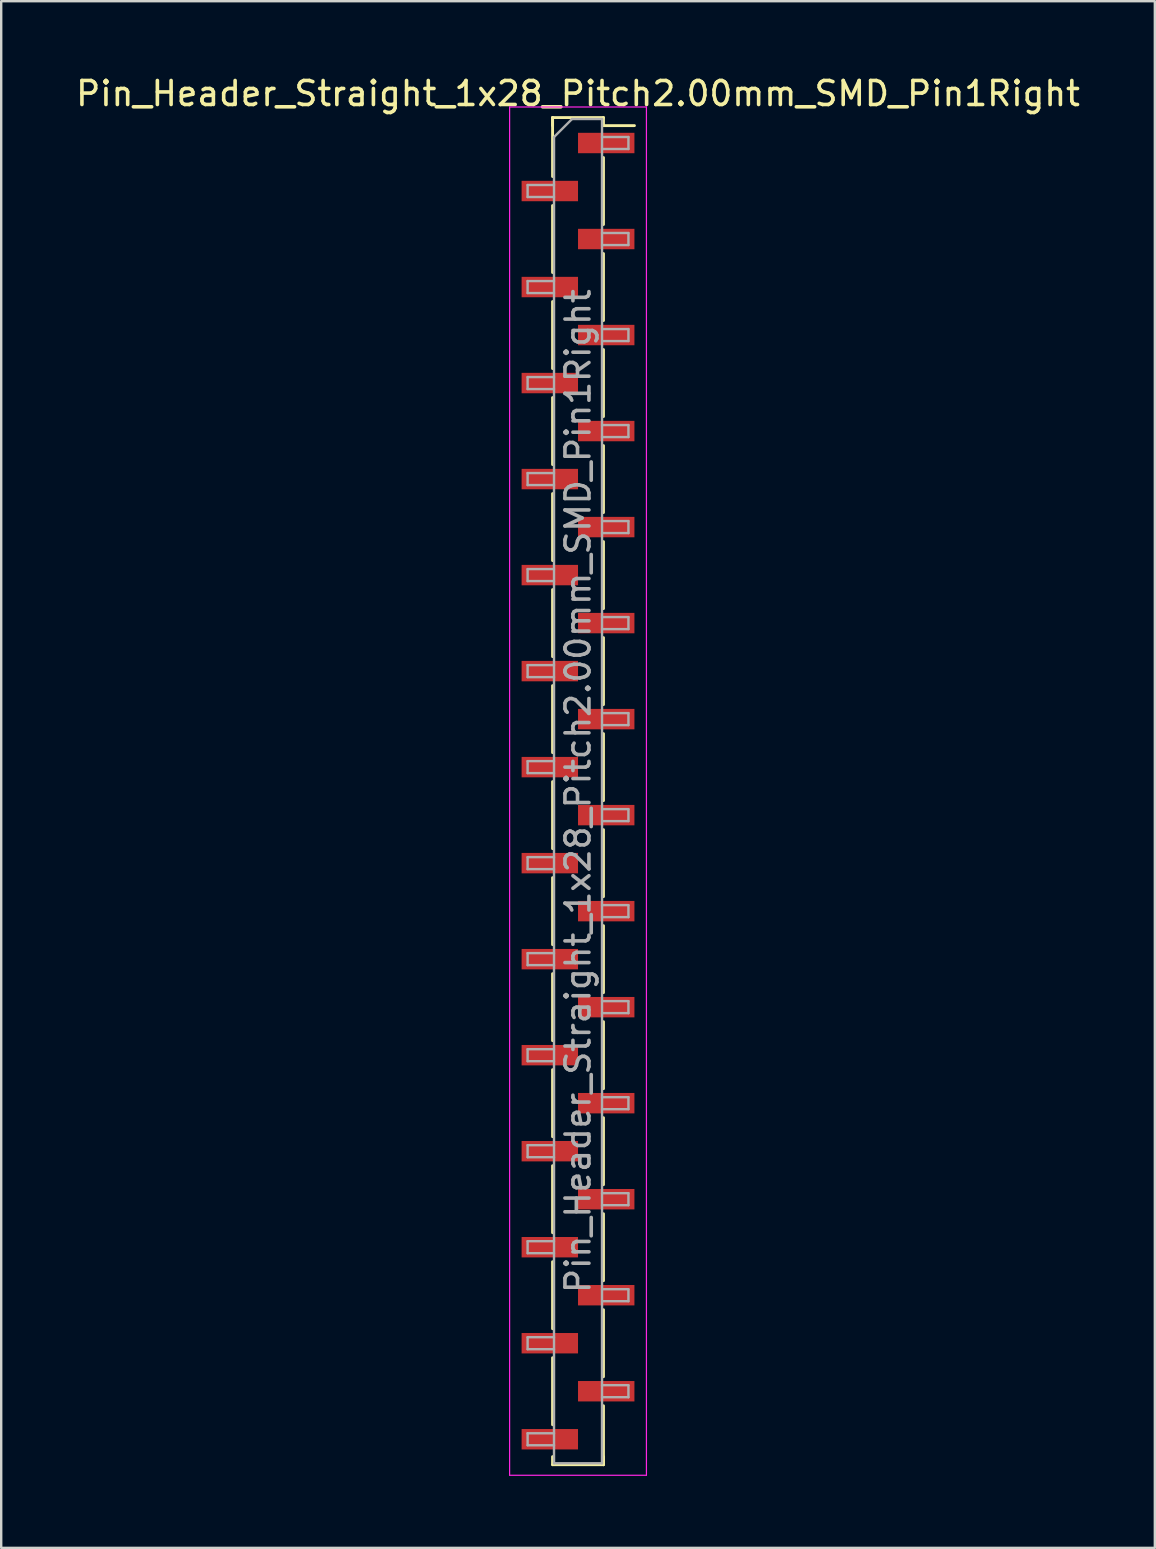
<source format=kicad_pcb>
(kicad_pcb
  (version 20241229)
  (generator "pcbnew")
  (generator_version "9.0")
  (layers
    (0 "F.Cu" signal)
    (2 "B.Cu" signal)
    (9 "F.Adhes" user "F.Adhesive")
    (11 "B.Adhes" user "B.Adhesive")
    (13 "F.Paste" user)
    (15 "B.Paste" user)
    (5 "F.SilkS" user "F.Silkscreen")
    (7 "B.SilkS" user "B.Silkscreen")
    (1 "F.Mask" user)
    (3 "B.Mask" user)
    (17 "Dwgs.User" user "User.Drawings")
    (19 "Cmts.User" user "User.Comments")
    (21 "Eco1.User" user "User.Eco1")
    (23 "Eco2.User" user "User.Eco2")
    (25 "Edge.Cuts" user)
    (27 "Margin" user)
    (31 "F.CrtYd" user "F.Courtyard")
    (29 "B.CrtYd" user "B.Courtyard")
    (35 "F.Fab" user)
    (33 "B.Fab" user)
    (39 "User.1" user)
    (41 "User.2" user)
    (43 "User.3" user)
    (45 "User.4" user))
  (footprint "Pin_Header_Straight_1x28_Pitch2.00mm_SMD_Pin1Right"
    (layer "F.Cu")
    (at 21.03 29.908)
    (property "Reference" "Pin_Header_Straight_1x28_Pitch2.00mm_SMD_Pin1Right" (at 0 -29.06 0) (layer "F.SilkS") (effects (font (size 1 1) (thickness 0.15))))
    (attr smd)
    (fp_line (start -1.06 -28.06) (end -1.06 -25.605) (stroke (width 0.12) (type solid)) (layer "F.SilkS"))
    (fp_line (start -1.06 -28.06) (end 1.06 -28.06) (stroke (width 0.12) (type solid)) (layer "F.SilkS"))
    (fp_line (start -1.06 -27.725) (end -1.06 -28.06) (stroke (width 0.12) (type solid)) (layer "F.SilkS"))
    (fp_line (start -1.06 -24.395) (end -1.06 -21.605) (stroke (width 0.12) (type solid)) (layer "F.SilkS"))
    (fp_line (start -1.06 -20.395) (end -1.06 -17.605) (stroke (width 0.12) (type solid)) (layer "F.SilkS"))
    (fp_line (start -1.06 -16.395) (end -1.06 -13.605) (stroke (width 0.12) (type solid)) (layer "F.SilkS"))
    (fp_line (start -1.06 -12.395) (end -1.06 -9.605) (stroke (width 0.12) (type solid)) (layer "F.SilkS"))
    (fp_line (start -1.06 -8.395) (end -1.06 -5.605) (stroke (width 0.12) (type solid)) (layer "F.SilkS"))
    (fp_line (start -1.06 -4.395) (end -1.06 -1.605) (stroke (width 0.12) (type solid)) (layer "F.SilkS"))
    (fp_line (start -1.06 -0.395) (end -1.06 2.395) (stroke (width 0.12) (type solid)) (layer "F.SilkS"))
    (fp_line (start -1.06 3.605) (end -1.06 6.395) (stroke (width 0.12) (type solid)) (layer "F.SilkS"))
    (fp_line (start -1.06 7.605) (end -1.06 10.395) (stroke (width 0.12) (type solid)) (layer "F.SilkS"))
    (fp_line (start -1.06 11.605) (end -1.06 14.395) (stroke (width 0.12) (type solid)) (layer "F.SilkS"))
    (fp_line (start -1.06 15.605) (end -1.06 18.395) (stroke (width 0.12) (type solid)) (layer "F.SilkS"))
    (fp_line (start -1.06 19.605) (end -1.06 22.395) (stroke (width 0.12) (type solid)) (layer "F.SilkS"))
    (fp_line (start -1.06 23.605) (end -1.06 26.395) (stroke (width 0.12) (type solid)) (layer "F.SilkS"))
    (fp_line (start -1.06 27.725) (end -1.06 28.06) (stroke (width 0.12) (type solid)) (layer "F.SilkS"))
    (fp_line (start -1.06 28.06) (end 1.06 28.06) (stroke (width 0.12) (type solid)) (layer "F.SilkS"))
    (fp_line (start 1.06 -28.06) (end 1.06 -27.725) (stroke (width 0.12) (type solid)) (layer "F.SilkS"))
    (fp_line (start 1.06 -27.725) (end 2.35 -27.725) (stroke (width 0.12) (type solid)) (layer "F.SilkS"))
    (fp_line (start 1.06 -26.395) (end 1.06 -23.605) (stroke (width 0.12) (type solid)) (layer "F.SilkS"))
    (fp_line (start 1.06 -22.395) (end 1.06 -19.605) (stroke (width 0.12) (type solid)) (layer "F.SilkS"))
    (fp_line (start 1.06 -18.395) (end 1.06 -15.605) (stroke (width 0.12) (type solid)) (layer "F.SilkS"))
    (fp_line (start 1.06 -14.395) (end 1.06 -11.605) (stroke (width 0.12) (type solid)) (layer "F.SilkS"))
    (fp_line (start 1.06 -10.395) (end 1.06 -7.605) (stroke (width 0.12) (type solid)) (layer "F.SilkS"))
    (fp_line (start 1.06 -6.395) (end 1.06 -3.605) (stroke (width 0.12) (type solid)) (layer "F.SilkS"))
    (fp_line (start 1.06 -2.395) (end 1.06 0.395) (stroke (width 0.12) (type solid)) (layer "F.SilkS"))
    (fp_line (start 1.06 1.605) (end 1.06 4.395) (stroke (width 0.12) (type solid)) (layer "F.SilkS"))
    (fp_line (start 1.06 5.605) (end 1.06 8.395) (stroke (width 0.12) (type solid)) (layer "F.SilkS"))
    (fp_line (start 1.06 9.605) (end 1.06 12.395) (stroke (width 0.12) (type solid)) (layer "F.SilkS"))
    (fp_line (start 1.06 13.605) (end 1.06 16.395) (stroke (width 0.12) (type solid)) (layer "F.SilkS"))
    (fp_line (start 1.06 17.605) (end 1.06 20.395) (stroke (width 0.12) (type solid)) (layer "F.SilkS"))
    (fp_line (start 1.06 21.605) (end 1.06 24.395) (stroke (width 0.12) (type solid)) (layer "F.SilkS"))
    (fp_line (start 1.06 25.605) (end 1.06 28.06) (stroke (width 0.12) (type solid)) (layer "F.SilkS"))
    (fp_line (start 1.06 28.06) (end 1.06 27.725) (stroke (width 0.12) (type solid)) (layer "F.SilkS"))
    (fp_line (start -2.85 -28.5) (end -2.85 28.5) (stroke (width 0.05) (type solid)) (layer "F.CrtYd"))
    (fp_line (start -2.85 28.5) (end 2.85 28.5) (stroke (width 0.05) (type solid)) (layer "F.CrtYd"))
    (fp_line (start 2.85 -28.5) (end -2.85 -28.5) (stroke (width 0.05) (type solid)) (layer "F.CrtYd"))
    (fp_line (start 2.85 28.5) (end 2.85 -28.5) (stroke (width 0.05) (type solid)) (layer "F.CrtYd"))
    (fp_line (start -2.1 -25.25) (end -2.1 -24.75) (stroke (width 0.1) (type solid)) (layer "F.Fab"))
    (fp_line (start -2.1 -24.75) (end -1 -24.75) (stroke (width 0.1) (type solid)) (layer "F.Fab"))
    (fp_line (start -2.1 -21.25) (end -2.1 -20.75) (stroke (width 0.1) (type solid)) (layer "F.Fab"))
    (fp_line (start -2.1 -20.75) (end -1 -20.75) (stroke (width 0.1) (type solid)) (layer "F.Fab"))
    (fp_line (start -2.1 -17.25) (end -2.1 -16.75) (stroke (width 0.1) (type solid)) (layer "F.Fab"))
    (fp_line (start -2.1 -16.75) (end -1 -16.75) (stroke (width 0.1) (type solid)) (layer "F.Fab"))
    (fp_line (start -2.1 -13.25) (end -2.1 -12.75) (stroke (width 0.1) (type solid)) (layer "F.Fab"))
    (fp_line (start -2.1 -12.75) (end -1 -12.75) (stroke (width 0.1) (type solid)) (layer "F.Fab"))
    (fp_line (start -2.1 -9.25) (end -2.1 -8.75) (stroke (width 0.1) (type solid)) (layer "F.Fab"))
    (fp_line (start -2.1 -8.75) (end -1 -8.75) (stroke (width 0.1) (type solid)) (layer "F.Fab"))
    (fp_line (start -2.1 -5.25) (end -2.1 -4.75) (stroke (width 0.1) (type solid)) (layer "F.Fab"))
    (fp_line (start -2.1 -4.75) (end -1 -4.75) (stroke (width 0.1) (type solid)) (layer "F.Fab"))
    (fp_line (start -2.1 -1.25) (end -2.1 -0.75) (stroke (width 0.1) (type solid)) (layer "F.Fab"))
    (fp_line (start -2.1 -0.75) (end -1 -0.75) (stroke (width 0.1) (type solid)) (layer "F.Fab"))
    (fp_line (start -2.1 2.75) (end -2.1 3.25) (stroke (width 0.1) (type solid)) (layer "F.Fab"))
    (fp_line (start -2.1 3.25) (end -1 3.25) (stroke (width 0.1) (type solid)) (layer "F.Fab"))
    (fp_line (start -2.1 6.75) (end -2.1 7.25) (stroke (width 0.1) (type solid)) (layer "F.Fab"))
    (fp_line (start -2.1 7.25) (end -1 7.25) (stroke (width 0.1) (type solid)) (layer "F.Fab"))
    (fp_line (start -2.1 10.75) (end -2.1 11.25) (stroke (width 0.1) (type solid)) (layer "F.Fab"))
    (fp_line (start -2.1 11.25) (end -1 11.25) (stroke (width 0.1) (type solid)) (layer "F.Fab"))
    (fp_line (start -2.1 14.75) (end -2.1 15.25) (stroke (width 0.1) (type solid)) (layer "F.Fab"))
    (fp_line (start -2.1 15.25) (end -1 15.25) (stroke (width 0.1) (type solid)) (layer "F.Fab"))
    (fp_line (start -2.1 18.75) (end -2.1 19.25) (stroke (width 0.1) (type solid)) (layer "F.Fab"))
    (fp_line (start -2.1 19.25) (end -1 19.25) (stroke (width 0.1) (type solid)) (layer "F.Fab"))
    (fp_line (start -2.1 22.75) (end -2.1 23.25) (stroke (width 0.1) (type solid)) (layer "F.Fab"))
    (fp_line (start -2.1 23.25) (end -1 23.25) (stroke (width 0.1) (type solid)) (layer "F.Fab"))
    (fp_line (start -2.1 26.75) (end -2.1 27.25) (stroke (width 0.1) (type solid)) (layer "F.Fab"))
    (fp_line (start -2.1 27.25) (end -1 27.25) (stroke (width 0.1) (type solid)) (layer "F.Fab"))
    (fp_line (start -1 -27.25) (end -0.25 -28) (stroke (width 0.1) (type solid)) (layer "F.Fab"))
    (fp_line (start -1 -25.25) (end -2.1 -25.25) (stroke (width 0.1) (type solid)) (layer "F.Fab"))
    (fp_line (start -1 -21.25) (end -2.1 -21.25) (stroke (width 0.1) (type solid)) (layer "F.Fab"))
    (fp_line (start -1 -17.25) (end -2.1 -17.25) (stroke (width 0.1) (type solid)) (layer "F.Fab"))
    (fp_line (start -1 -13.25) (end -2.1 -13.25) (stroke (width 0.1) (type solid)) (layer "F.Fab"))
    (fp_line (start -1 -9.25) (end -2.1 -9.25) (stroke (width 0.1) (type solid)) (layer "F.Fab"))
    (fp_line (start -1 -5.25) (end -2.1 -5.25) (stroke (width 0.1) (type solid)) (layer "F.Fab"))
    (fp_line (start -1 -1.25) (end -2.1 -1.25) (stroke (width 0.1) (type solid)) (layer "F.Fab"))
    (fp_line (start -1 2.75) (end -2.1 2.75) (stroke (width 0.1) (type solid)) (layer "F.Fab"))
    (fp_line (start -1 6.75) (end -2.1 6.75) (stroke (width 0.1) (type solid)) (layer "F.Fab"))
    (fp_line (start -1 10.75) (end -2.1 10.75) (stroke (width 0.1) (type solid)) (layer "F.Fab"))
    (fp_line (start -1 14.75) (end -2.1 14.75) (stroke (width 0.1) (type solid)) (layer "F.Fab"))
    (fp_line (start -1 18.75) (end -2.1 18.75) (stroke (width 0.1) (type solid)) (layer "F.Fab"))
    (fp_line (start -1 22.75) (end -2.1 22.75) (stroke (width 0.1) (type solid)) (layer "F.Fab"))
    (fp_line (start -1 26.75) (end -2.1 26.75) (stroke (width 0.1) (type solid)) (layer "F.Fab"))
    (fp_line (start -1 28) (end -1 -27.25) (stroke (width 0.1) (type solid)) (layer "F.Fab"))
    (fp_line (start -0.25 -28) (end 1 -28) (stroke (width 0.1) (type solid)) (layer "F.Fab"))
    (fp_line (start 1 -28) (end 1 28) (stroke (width 0.1) (type solid)) (layer "F.Fab"))
    (fp_line (start 1 -27.25) (end 2.1 -27.25) (stroke (width 0.1) (type solid)) (layer "F.Fab"))
    (fp_line (start 1 -23.25) (end 2.1 -23.25) (stroke (width 0.1) (type solid)) (layer "F.Fab"))
    (fp_line (start 1 -19.25) (end 2.1 -19.25) (stroke (width 0.1) (type solid)) (layer "F.Fab"))
    (fp_line (start 1 -15.25) (end 2.1 -15.25) (stroke (width 0.1) (type solid)) (layer "F.Fab"))
    (fp_line (start 1 -11.25) (end 2.1 -11.25) (stroke (width 0.1) (type solid)) (layer "F.Fab"))
    (fp_line (start 1 -7.25) (end 2.1 -7.25) (stroke (width 0.1) (type solid)) (layer "F.Fab"))
    (fp_line (start 1 -3.25) (end 2.1 -3.25) (stroke (width 0.1) (type solid)) (layer "F.Fab"))
    (fp_line (start 1 0.75) (end 2.1 0.75) (stroke (width 0.1) (type solid)) (layer "F.Fab"))
    (fp_line (start 1 4.75) (end 2.1 4.75) (stroke (width 0.1) (type solid)) (layer "F.Fab"))
    (fp_line (start 1 8.75) (end 2.1 8.75) (stroke (width 0.1) (type solid)) (layer "F.Fab"))
    (fp_line (start 1 12.75) (end 2.1 12.75) (stroke (width 0.1) (type solid)) (layer "F.Fab"))
    (fp_line (start 1 16.75) (end 2.1 16.75) (stroke (width 0.1) (type solid)) (layer "F.Fab"))
    (fp_line (start 1 20.75) (end 2.1 20.75) (stroke (width 0.1) (type solid)) (layer "F.Fab"))
    (fp_line (start 1 24.75) (end 2.1 24.75) (stroke (width 0.1) (type solid)) (layer "F.Fab"))
    (fp_line (start 1 28) (end -1 28) (stroke (width 0.1) (type solid)) (layer "F.Fab"))
    (fp_line (start 2.1 -27.25) (end 2.1 -26.75) (stroke (width 0.1) (type solid)) (layer "F.Fab"))
    (fp_line (start 2.1 -26.75) (end 1 -26.75) (stroke (width 0.1) (type solid)) (layer "F.Fab"))
    (fp_line (start 2.1 -23.25) (end 2.1 -22.75) (stroke (width 0.1) (type solid)) (layer "F.Fab"))
    (fp_line (start 2.1 -22.75) (end 1 -22.75) (stroke (width 0.1) (type solid)) (layer "F.Fab"))
    (fp_line (start 2.1 -19.25) (end 2.1 -18.75) (stroke (width 0.1) (type solid)) (layer "F.Fab"))
    (fp_line (start 2.1 -18.75) (end 1 -18.75) (stroke (width 0.1) (type solid)) (layer "F.Fab"))
    (fp_line (start 2.1 -15.25) (end 2.1 -14.75) (stroke (width 0.1) (type solid)) (layer "F.Fab"))
    (fp_line (start 2.1 -14.75) (end 1 -14.75) (stroke (width 0.1) (type solid)) (layer "F.Fab"))
    (fp_line (start 2.1 -11.25) (end 2.1 -10.75) (stroke (width 0.1) (type solid)) (layer "F.Fab"))
    (fp_line (start 2.1 -10.75) (end 1 -10.75) (stroke (width 0.1) (type solid)) (layer "F.Fab"))
    (fp_line (start 2.1 -7.25) (end 2.1 -6.75) (stroke (width 0.1) (type solid)) (layer "F.Fab"))
    (fp_line (start 2.1 -6.75) (end 1 -6.75) (stroke (width 0.1) (type solid)) (layer "F.Fab"))
    (fp_line (start 2.1 -3.25) (end 2.1 -2.75) (stroke (width 0.1) (type solid)) (layer "F.Fab"))
    (fp_line (start 2.1 -2.75) (end 1 -2.75) (stroke (width 0.1) (type solid)) (layer "F.Fab"))
    (fp_line (start 2.1 0.75) (end 2.1 1.25) (stroke (width 0.1) (type solid)) (layer "F.Fab"))
    (fp_line (start 2.1 1.25) (end 1 1.25) (stroke (width 0.1) (type solid)) (layer "F.Fab"))
    (fp_line (start 2.1 4.75) (end 2.1 5.25) (stroke (width 0.1) (type solid)) (layer "F.Fab"))
    (fp_line (start 2.1 5.25) (end 1 5.25) (stroke (width 0.1) (type solid)) (layer "F.Fab"))
    (fp_line (start 2.1 8.75) (end 2.1 9.25) (stroke (width 0.1) (type solid)) (layer "F.Fab"))
    (fp_line (start 2.1 9.25) (end 1 9.25) (stroke (width 0.1) (type solid)) (layer "F.Fab"))
    (fp_line (start 2.1 12.75) (end 2.1 13.25) (stroke (width 0.1) (type solid)) (layer "F.Fab"))
    (fp_line (start 2.1 13.25) (end 1 13.25) (stroke (width 0.1) (type solid)) (layer "F.Fab"))
    (fp_line (start 2.1 16.75) (end 2.1 17.25) (stroke (width 0.1) (type solid)) (layer "F.Fab"))
    (fp_line (start 2.1 17.25) (end 1 17.25) (stroke (width 0.1) (type solid)) (layer "F.Fab"))
    (fp_line (start 2.1 20.75) (end 2.1 21.25) (stroke (width 0.1) (type solid)) (layer "F.Fab"))
    (fp_line (start 2.1 21.25) (end 1 21.25) (stroke (width 0.1) (type solid)) (layer "F.Fab"))
    (fp_line (start 2.1 24.75) (end 2.1 25.25) (stroke (width 0.1) (type solid)) (layer "F.Fab"))
    (fp_line (start 2.1 25.25) (end 1 25.25) (stroke (width 0.1) (type solid)) (layer "F.Fab"))
    (fp_text user "${REFERENCE}" (at 0 0 90) (layer "F.Fab") (effects (font (size 1 1) (thickness 0.15))))
    (pad "1" smd rect (at 1.175 -27) (size 2.35 0.85) (layers "F.Cu" "F.Mask" "F.Paste"))
    (pad "2" smd rect (at -1.175 -25) (size 2.35 0.85) (layers "F.Cu" "F.Mask" "F.Paste"))
    (pad "3" smd rect (at 1.175 -23) (size 2.35 0.85) (layers "F.Cu" "F.Mask" "F.Paste"))
    (pad "4" smd rect (at -1.175 -21) (size 2.35 0.85) (layers "F.Cu" "F.Mask" "F.Paste"))
    (pad "5" smd rect (at 1.175 -19) (size 2.35 0.85) (layers "F.Cu" "F.Mask" "F.Paste"))
    (pad "6" smd rect (at -1.175 -17) (size 2.35 0.85) (layers "F.Cu" "F.Mask" "F.Paste"))
    (pad "7" smd rect (at 1.175 -15) (size 2.35 0.85) (layers "F.Cu" "F.Mask" "F.Paste"))
    (pad "8" smd rect (at -1.175 -13) (size 2.35 0.85) (layers "F.Cu" "F.Mask" "F.Paste"))
    (pad "9" smd rect (at 1.175 -11) (size 2.35 0.85) (layers "F.Cu" "F.Mask" "F.Paste"))
    (pad "10" smd rect (at -1.175 -9) (size 2.35 0.85) (layers "F.Cu" "F.Mask" "F.Paste"))
    (pad "11" smd rect (at 1.175 -7) (size 2.35 0.85) (layers "F.Cu" "F.Mask" "F.Paste"))
    (pad "12" smd rect (at -1.175 -5) (size 2.35 0.85) (layers "F.Cu" "F.Mask" "F.Paste"))
    (pad "13" smd rect (at 1.175 -3) (size 2.35 0.85) (layers "F.Cu" "F.Mask" "F.Paste"))
    (pad "14" smd rect (at -1.175 -1) (size 2.35 0.85) (layers "F.Cu" "F.Mask" "F.Paste"))
    (pad "15" smd rect (at 1.175 1) (size 2.35 0.85) (layers "F.Cu" "F.Mask" "F.Paste"))
    (pad "16" smd rect (at -1.175 3) (size 2.35 0.85) (layers "F.Cu" "F.Mask" "F.Paste"))
    (pad "17" smd rect (at 1.175 5) (size 2.35 0.85) (layers "F.Cu" "F.Mask" "F.Paste"))
    (pad "18" smd rect (at -1.175 7) (size 2.35 0.85) (layers "F.Cu" "F.Mask" "F.Paste"))
    (pad "19" smd rect (at 1.175 9) (size 2.35 0.85) (layers "F.Cu" "F.Mask" "F.Paste"))
    (pad "20" smd rect (at -1.175 11) (size 2.35 0.85) (layers "F.Cu" "F.Mask" "F.Paste"))
    (pad "21" smd rect (at 1.175 13) (size 2.35 0.85) (layers "F.Cu" "F.Mask" "F.Paste"))
    (pad "22" smd rect (at -1.175 15) (size 2.35 0.85) (layers "F.Cu" "F.Mask" "F.Paste"))
    (pad "23" smd rect (at 1.175 17) (size 2.35 0.85) (layers "F.Cu" "F.Mask" "F.Paste"))
    (pad "24" smd rect (at -1.175 19) (size 2.35 0.85) (layers "F.Cu" "F.Mask" "F.Paste"))
    (pad "25" smd rect (at 1.175 21) (size 2.35 0.85) (layers "F.Cu" "F.Mask" "F.Paste"))
    (pad "26" smd rect (at -1.175 23) (size 2.35 0.85) (layers "F.Cu" "F.Mask" "F.Paste"))
    (pad "27" smd rect (at 1.175 25) (size 2.35 0.85) (layers "F.Cu" "F.Mask" "F.Paste"))
    (pad "28" smd rect (at -1.175 27) (size 2.35 0.85) (layers "F.Cu" "F.Mask" "F.Paste")))
  (gr_rect
    (start -3 -3)
    (end 45.06 61.433)
    (stroke (width 0.1) (type default))
    (fill no)
    (layer "Edge.Cuts")))
</source>
